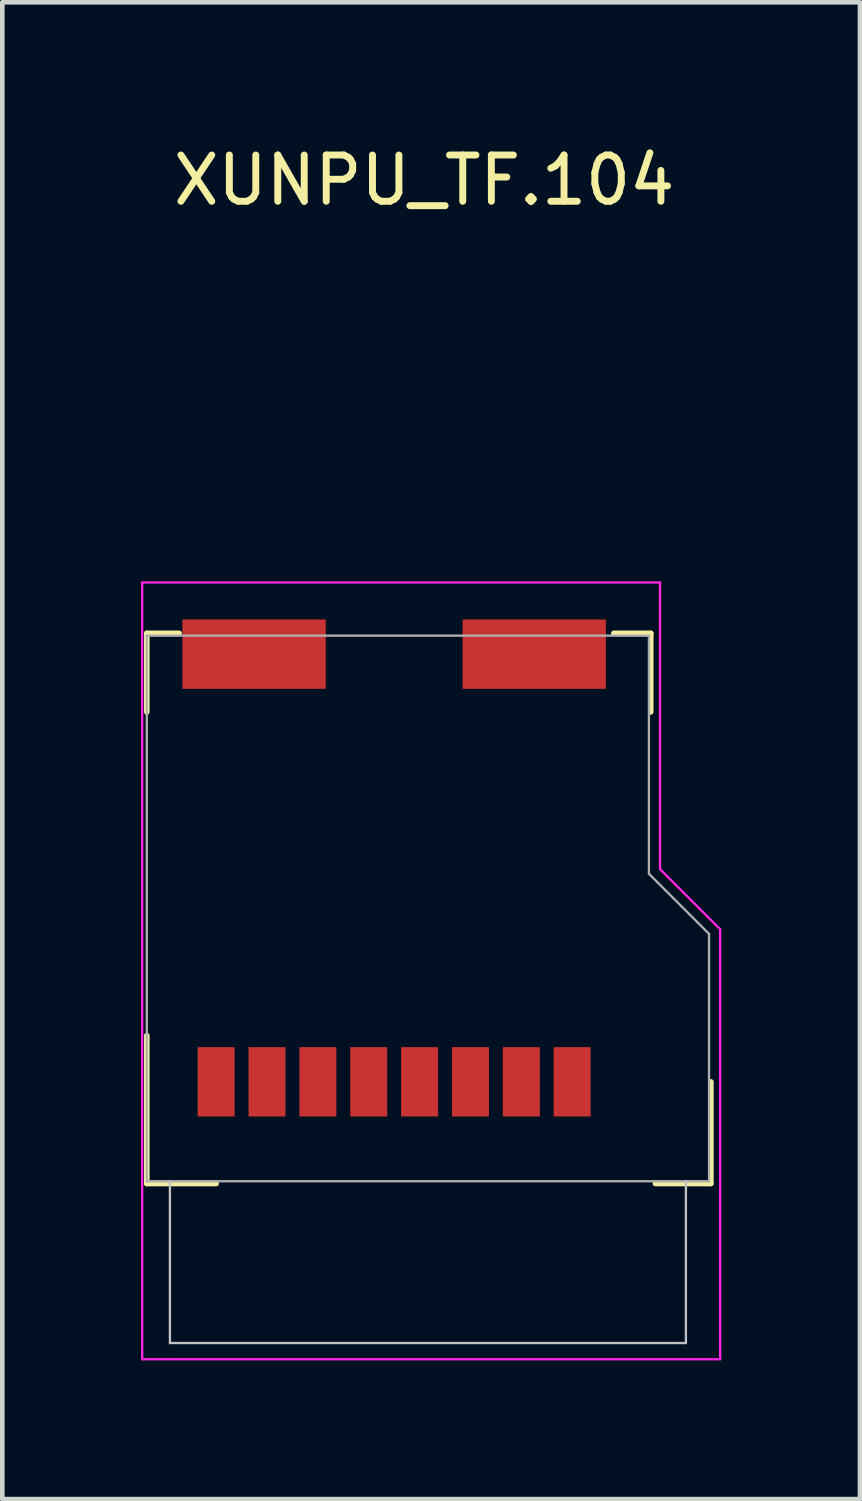
<source format=kicad_pcb>
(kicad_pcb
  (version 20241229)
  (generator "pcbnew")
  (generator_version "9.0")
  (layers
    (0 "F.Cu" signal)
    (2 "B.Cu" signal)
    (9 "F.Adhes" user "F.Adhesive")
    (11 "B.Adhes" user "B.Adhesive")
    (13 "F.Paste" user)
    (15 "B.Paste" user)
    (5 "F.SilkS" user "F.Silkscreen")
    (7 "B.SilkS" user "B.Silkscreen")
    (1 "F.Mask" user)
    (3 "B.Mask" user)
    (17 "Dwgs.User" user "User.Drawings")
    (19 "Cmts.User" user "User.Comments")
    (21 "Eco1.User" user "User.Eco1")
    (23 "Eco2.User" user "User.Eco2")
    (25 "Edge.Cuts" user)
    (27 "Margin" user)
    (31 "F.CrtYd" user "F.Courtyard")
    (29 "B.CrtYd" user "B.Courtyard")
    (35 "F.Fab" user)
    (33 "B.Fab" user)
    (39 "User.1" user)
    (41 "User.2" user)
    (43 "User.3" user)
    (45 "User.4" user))
  (footprint "XUNPU_TF.104"
    (layer "F.Cu")
    (at 6.125 20.348)
    (property "Reference" "XUNPU_TF.104" (at 0 -19.5 0) (layer "F.SilkS") (effects (font (size 1 1) (thickness 0.15))))
    (attr through_hole)
    (fp_line (start -6 -9.7) (end -6 -8) (stroke (width 0.12) (type solid)) (layer "F.SilkS"))
    (fp_line (start -6 2.2) (end -6 -1) (stroke (width 0.12) (type solid)) (layer "F.SilkS"))
    (fp_line (start -5.3 -9.7) (end -6 -9.7) (stroke (width 0.12) (type solid)) (layer "F.SilkS"))
    (fp_line (start -4.5 2.2) (end -6 2.2) (stroke (width 0.12) (type solid)) (layer "F.SilkS"))
    (fp_line (start 4.1 -9.7) (end 4.9 -9.7) (stroke (width 0.12) (type solid)) (layer "F.SilkS"))
    (fp_line (start 4.9 -9.7) (end 4.9 -8) (stroke (width 0.12) (type solid)) (layer "F.SilkS"))
    (fp_line (start 5 2.2) (end 6.2 2.2) (stroke (width 0.12) (type solid)) (layer "F.SilkS"))
    (fp_line (start 6.2 2.2) (end 6.2 0) (stroke (width 0.12) (type solid)) (layer "F.SilkS"))
    (fp_line (start -5.5 2.15) (end -5.5 5.65) (stroke (width 0.05) (type solid)) (layer "Dwgs.User"))
    (fp_line (start -5.5 5.65) (end 5.66 5.65) (stroke (width 0.05) (type solid)) (layer "Dwgs.User"))
    (fp_line (start 5.66 2.15) (end 5.66 5.65) (stroke (width 0.05) (type solid)) (layer "Dwgs.User"))
    (fp_line (start -6.1 -10.8) (end -6.1 6) (stroke (width 0.05) (type solid)) (layer "F.CrtYd"))
    (fp_line (start -6.1 -10.8) (end 5.1 -10.8) (stroke (width 0.05) (type solid)) (layer "F.CrtYd"))
    (fp_line (start 5.1 -10.8) (end 5.1 -4.6) (stroke (width 0.05) (type solid)) (layer "F.CrtYd"))
    (fp_line (start 5.1 -4.6) (end 6.4 -3.3) (stroke (width 0.05) (type solid)) (layer "F.CrtYd"))
    (fp_line (start 6.4 -3.3) (end 6.4 6) (stroke (width 0.05) (type solid)) (layer "F.CrtYd"))
    (fp_line (start 6.4 6) (end -6.1 6) (stroke (width 0.05) (type solid)) (layer "F.CrtYd"))
    (fp_line (start -6 -9.65) (end -6 2.15) (stroke (width 0.05) (type solid)) (layer "F.Fab"))
    (fp_line (start -6 -9.65) (end 4.86 -9.65) (stroke (width 0.05) (type solid)) (layer "F.Fab"))
    (fp_line (start -6 2.15) (end 6.16 2.15) (stroke (width 0.05) (type solid)) (layer "F.Fab"))
    (fp_line (start 4.86 -9.65) (end 4.86 -4.5) (stroke (width 0.05) (type solid)) (layer "F.Fab"))
    (fp_line (start 6.16 -3.2) (end 4.86 -4.5) (stroke (width 0.05) (type solid)) (layer "F.Fab"))
    (fp_line (start 6.16 2.15) (end 6.16 -3.2) (stroke (width 0.05) (type solid)) (layer "F.Fab"))
    (pad "1" smd rect (at 3.2 0) (size 0.8 1.5) (layers "F.Cu" "F.Mask" "F.Paste"))
    (pad "2" smd rect (at 2.1 0) (size 0.8 1.5) (layers "F.Cu" "F.Mask" "F.Paste"))
    (pad "3" smd rect (at 1 0) (size 0.8 1.5) (layers "F.Cu" "F.Mask" "F.Paste"))
    (pad "4" smd rect (at -0.1 0) (size 0.8 1.5) (layers "F.Cu" "F.Mask" "F.Paste"))
    (pad "5" smd rect (at -1.2 0) (size 0.8 1.5) (layers "F.Cu" "F.Mask" "F.Paste"))
    (pad "6" smd rect (at -2.3 0) (size 0.8 1.5) (layers "F.Cu" "F.Mask" "F.Paste"))
    (pad "7" smd rect (at -3.4 0) (size 0.8 1.5) (layers "F.Cu" "F.Mask" "F.Paste"))
    (pad "8" smd rect (at -4.5 0) (size 0.8 1.5) (layers "F.Cu" "F.Mask" "F.Paste"))
    (pad "9" smd rect (at -3.68 -9.25) (size 3.1 1.5) (layers "F.Cu" "F.Mask" "F.Paste"))
    (pad "9" smd rect (at 2.38 -9.25) (size 3.1 1.5) (layers "F.Cu" "F.Mask" "F.Paste")))
  (gr_rect
    (start -3 -3)
    (end 15.55 29.373)
    (stroke (width 0.1) (type default))
    (fill no)
    (layer "Edge.Cuts")))
</source>
